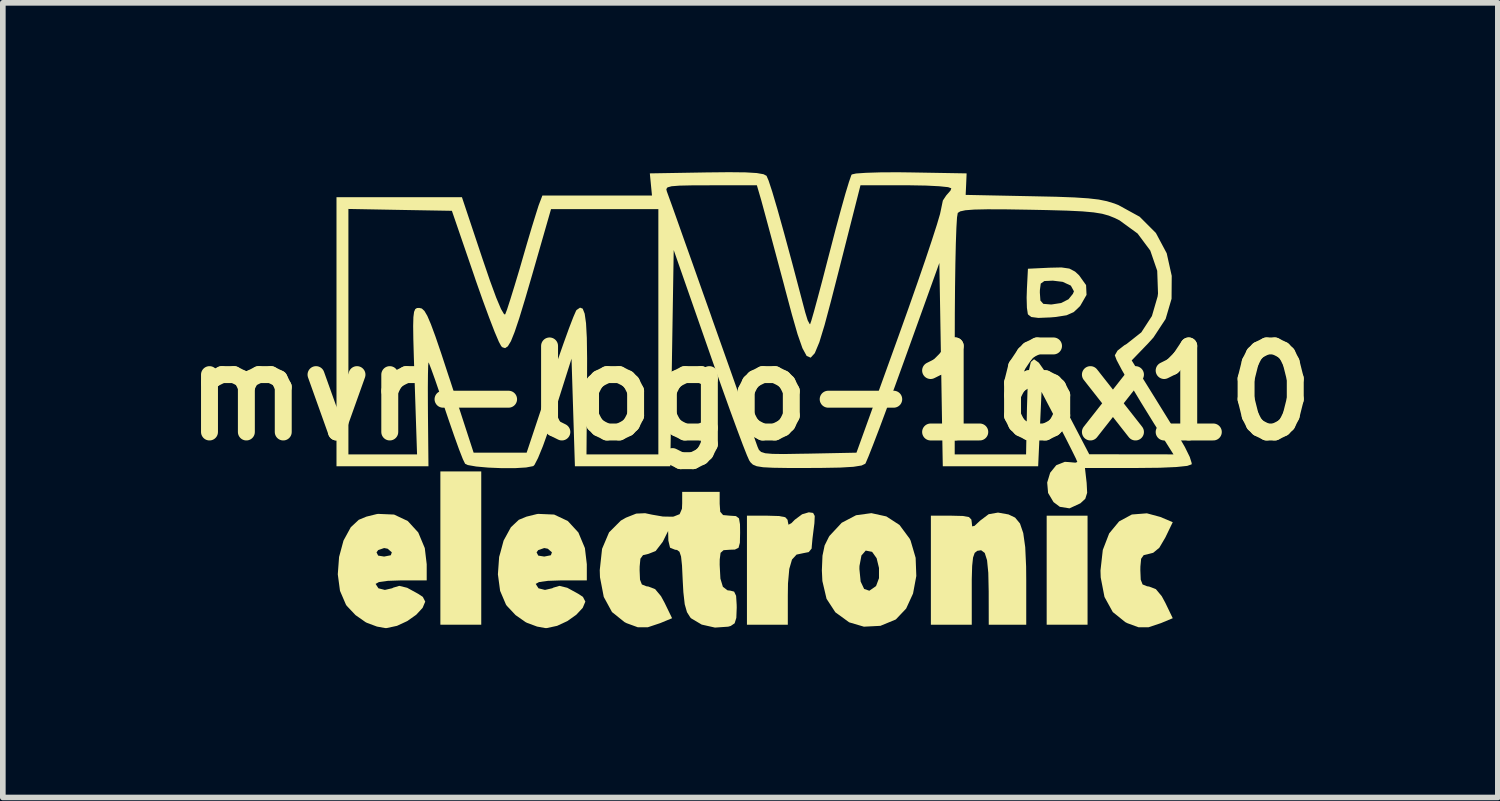
<source format=kicad_pcb>
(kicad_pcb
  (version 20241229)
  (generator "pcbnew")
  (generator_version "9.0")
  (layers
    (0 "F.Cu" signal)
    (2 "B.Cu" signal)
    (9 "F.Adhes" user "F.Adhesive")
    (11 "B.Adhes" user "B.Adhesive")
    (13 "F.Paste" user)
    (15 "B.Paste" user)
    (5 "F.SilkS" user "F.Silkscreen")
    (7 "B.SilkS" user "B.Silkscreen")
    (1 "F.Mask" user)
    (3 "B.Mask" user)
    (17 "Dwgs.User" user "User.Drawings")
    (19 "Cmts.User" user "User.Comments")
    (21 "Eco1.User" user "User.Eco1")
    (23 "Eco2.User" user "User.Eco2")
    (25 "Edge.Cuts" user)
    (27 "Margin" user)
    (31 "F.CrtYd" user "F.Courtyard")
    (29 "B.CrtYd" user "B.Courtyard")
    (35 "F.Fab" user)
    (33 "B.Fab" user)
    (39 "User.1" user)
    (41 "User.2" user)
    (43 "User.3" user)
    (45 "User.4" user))
  (footprint "mvr-logo-16x10"
    (layer "F.Cu")
    (at 10.24 3.912)
    (property "Reference" "mvr-logo-16x10" (at 0 0 0) (layer "F.SilkS") (effects (font (size 1.524 1.524) (thickness 0.3))))
    (attr board_only exclude_from_pos_files exclude_from_bom)
    (fp_poly (pts (xy -4.766 4.103) (xy -5.49 4.103) (xy -5.49 1.388) (xy -4.766 1.388)) (stroke (width 0) (type solid)) (fill yes) (layer "F.SilkS"))
    (fp_poly (pts (xy 5.973 4.103) (xy 5.249 4.103) (xy 5.249 2.172) (xy 5.973 2.172)) (stroke (width 0) (type solid)) (fill yes) (layer "F.SilkS"))
    (fp_poly (pts (xy 1.112 2.123) (xy 1.141 2.177) (xy 1.135 2.306) (xy 1.124 2.392) (xy 1.101 2.577) (xy 1.088 2.719) (xy 1.086 2.754) (xy 1.034 2.817) (xy 0.937 2.836) (xy 0.819 2.861) (xy 0.738 2.949) (xy 0.69 3.114) (xy 0.667 3.373) (xy 0.664 3.586) (xy 0.664 4.103) (xy -0.06 4.103) (xy -0.06 2.172) (xy 0.302 2.172) (xy 0.507 2.178) (xy 0.618 2.199) (xy 0.66 2.245) (xy 0.664 2.274) (xy 0.676 2.332) (xy 0.728 2.304) (xy 0.787 2.244) (xy 0.917 2.147) (xy 1.036 2.112)) (stroke (width 0) (type solid)) (fill yes) (layer "F.SilkS"))
    (fp_poly (pts (xy 7.261 2.194) (xy 7.482 2.287) (xy 7.351 2.558) (xy 7.244 2.74) (xy 7.136 2.829) (xy 7.063 2.848) (xy 6.967 2.871) (xy 6.922 2.935) (xy 6.909 3.073) (xy 6.908 3.137) (xy 6.915 3.306) (xy 6.948 3.39) (xy 7.027 3.422) (xy 7.063 3.427) (xy 7.183 3.473) (xy 7.287 3.598) (xy 7.351 3.716) (xy 7.482 3.988) (xy 7.273 4.075) (xy 7.054 4.148) (xy 6.875 4.148) (xy 6.678 4.076) (xy 6.641 4.057) (xy 6.42 3.879) (xy 6.273 3.612) (xy 6.206 3.266) (xy 6.202 3.144) (xy 6.243 2.779) (xy 6.356 2.486) (xy 6.532 2.273) (xy 6.758 2.151) (xy 7.024 2.13)) (stroke (width 0) (type solid)) (fill yes) (layer "F.SilkS"))
    (fp_poly (pts (xy 4.573 2.15) (xy 4.69 2.206) (xy 4.776 2.31) (xy 4.834 2.48) (xy 4.869 2.729) (xy 4.885 3.075) (xy 4.887 3.315) (xy 4.887 4.103) (xy 4.223 4.103) (xy 4.222 3.514) (xy 4.215 3.184) (xy 4.193 2.961) (xy 4.152 2.832) (xy 4.088 2.784) (xy 4.018 2.795) (xy 3.974 2.831) (xy 3.945 2.913) (xy 3.929 3.062) (xy 3.922 3.299) (xy 3.922 3.467) (xy 3.922 4.103) (xy 3.198 4.103) (xy 3.198 2.172) (xy 3.56 2.172) (xy 3.762 2.177) (xy 3.872 2.196) (xy 3.915 2.24) (xy 3.922 2.29) (xy 3.929 2.361) (xy 3.97 2.353) (xy 4.067 2.263) (xy 4.07 2.26) (xy 4.221 2.146) (xy 4.387 2.117)) (stroke (width 0) (type solid)) (fill yes) (layer "F.SilkS"))
    (fp_poly (pts (xy 5.65 -2.205) (xy 5.751 -2.152) (xy 5.822 -2.087) (xy 5.947 -1.912) (xy 5.955 -1.739) (xy 5.847 -1.551) (xy 5.831 -1.531) (xy 5.728 -1.434) (xy 5.602 -1.378) (xy 5.413 -1.348) (xy 5.319 -1.34) (xy 5.102 -1.331) (xy 4.977 -1.347) (xy 4.92 -1.391) (xy 4.915 -1.402) (xy 4.899 -1.509) (xy 4.894 -1.69) (xy 4.897 -1.78) (xy 5.128 -1.78) (xy 5.138 -1.638) (xy 5.19 -1.58) (xy 5.322 -1.569) (xy 5.335 -1.569) (xy 5.505 -1.595) (xy 5.633 -1.66) (xy 5.637 -1.663) (xy 5.713 -1.757) (xy 5.732 -1.802) (xy 5.677 -1.903) (xy 5.532 -1.97) (xy 5.358 -1.991) (xy 5.208 -1.984) (xy 5.144 -1.939) (xy 5.129 -1.826) (xy 5.128 -1.78) (xy 4.897 -1.78) (xy 4.899 -1.847) (xy 4.917 -2.202) (xy 5.294 -2.22) (xy 5.511 -2.225)) (stroke (width 0) (type solid)) (fill yes) (layer "F.SilkS"))
    (fp_poly (pts (xy 2.409 2.185) (xy 2.642 2.336) (xy 2.822 2.579) (xy 2.839 2.614) (xy 2.928 2.918) (xy 2.94 3.24) (xy 2.882 3.551) (xy 2.76 3.817) (xy 2.58 4.007) (xy 2.571 4.013) (xy 2.304 4.123) (xy 2.012 4.138) (xy 1.751 4.061) (xy 1.506 3.883) (xy 1.35 3.644) (xy 1.276 3.329) (xy 1.267 3.137) (xy 1.268 3.117) (xy 1.932 3.117) (xy 1.954 3.339) (xy 2.016 3.47) (xy 2.108 3.501) (xy 2.221 3.423) (xy 2.229 3.413) (xy 2.279 3.279) (xy 2.279 3.098) (xy 2.237 2.925) (xy 2.158 2.814) (xy 2.155 2.812) (xy 2.044 2.79) (xy 1.968 2.877) (xy 1.933 3.064) (xy 1.932 3.117) (xy 1.268 3.117) (xy 1.278 2.881) (xy 1.316 2.699) (xy 1.392 2.546) (xy 1.404 2.528) (xy 1.619 2.297) (xy 1.873 2.164) (xy 2.144 2.127)) (stroke (width 0) (type solid)) (fill yes) (layer "F.SilkS"))
    (fp_poly (pts (xy -6.31 2.152) (xy -6.068 2.266) (xy -5.882 2.469) (xy -5.766 2.746) (xy -5.732 3.032) (xy -5.732 3.318) (xy -6.184 3.318) (xy -6.421 3.326) (xy -6.579 3.348) (xy -6.637 3.38) (xy -6.637 3.381) (xy -6.587 3.458) (xy -6.473 3.487) (xy -6.343 3.457) (xy -6.326 3.447) (xy -6.218 3.415) (xy -6.078 3.449) (xy -5.883 3.556) (xy -5.801 3.61) (xy -5.758 3.694) (xy -5.805 3.805) (xy -5.918 3.927) (xy -6.077 4.039) (xy -6.258 4.123) (xy -6.439 4.162) (xy -6.465 4.163) (xy -6.613 4.136) (xy -6.791 4.07) (xy -6.816 4.057) (xy -6.993 3.933) (xy -7.149 3.768) (xy -7.163 3.747) (xy -7.268 3.503) (xy -7.307 3.21) (xy -7.284 2.902) (xy -7.262 2.821) (xy -6.621 2.821) (xy -6.592 2.879) (xy -6.486 2.896) (xy -6.368 2.873) (xy -6.35 2.821) (xy -6.424 2.757) (xy -6.486 2.745) (xy -6.591 2.781) (xy -6.621 2.821) (xy -7.262 2.821) (xy -7.206 2.613) (xy -7.077 2.377) (xy -6.936 2.245) (xy -6.801 2.189) (xy -6.619 2.144) (xy -6.594 2.14)) (stroke (width 0) (type solid)) (fill yes) (layer "F.SilkS"))
    (fp_poly (pts (xy -3.475 2.152) (xy -3.233 2.266) (xy -3.046 2.469) (xy -2.93 2.746) (xy -2.896 3.032) (xy -2.896 3.318) (xy -3.348 3.318) (xy -3.585 3.326) (xy -3.743 3.348) (xy -3.801 3.38) (xy -3.801 3.381) (xy -3.752 3.458) (xy -3.637 3.487) (xy -3.507 3.457) (xy -3.49 3.447) (xy -3.382 3.415) (xy -3.242 3.449) (xy -3.047 3.556) (xy -2.965 3.61) (xy -2.922 3.694) (xy -2.969 3.805) (xy -3.083 3.927) (xy -3.241 4.039) (xy -3.422 4.123) (xy -3.603 4.162) (xy -3.629 4.163) (xy -3.777 4.136) (xy -3.955 4.07) (xy -3.981 4.057) (xy -4.158 3.933) (xy -4.313 3.768) (xy -4.328 3.747) (xy -4.432 3.503) (xy -4.471 3.21) (xy -4.449 2.902) (xy -4.426 2.821) (xy -3.786 2.821) (xy -3.756 2.879) (xy -3.65 2.896) (xy -3.533 2.873) (xy -3.514 2.821) (xy -3.588 2.757) (xy -3.65 2.745) (xy -3.756 2.781) (xy -3.786 2.821) (xy -4.426 2.821) (xy -4.37 2.613) (xy -4.241 2.377) (xy -4.101 2.245) (xy -3.965 2.189) (xy -3.783 2.144) (xy -3.758 2.14)) (stroke (width 0) (type solid)) (fill yes) (layer "F.SilkS"))
    (fp_poly (pts (xy -0.543 1.961) (xy -0.533 2.103) (xy -0.482 2.161) (xy -0.362 2.172) (xy -0.255 2.179) (xy -0.201 2.219) (xy -0.183 2.325) (xy -0.181 2.474) (xy -0.185 2.652) (xy -0.209 2.741) (xy -0.273 2.772) (xy -0.362 2.775) (xy -0.474 2.783) (xy -0.527 2.83) (xy -0.542 2.947) (xy -0.543 3.042) (xy -0.53 3.287) (xy -0.486 3.432) (xy -0.404 3.494) (xy -0.356 3.499) (xy -0.287 3.517) (xy -0.252 3.591) (xy -0.242 3.749) (xy -0.241 3.8) (xy -0.248 3.982) (xy -0.278 4.078) (xy -0.347 4.125) (xy -0.393 4.138) (xy -0.626 4.154) (xy -0.861 4.101) (xy -1.044 3.993) (xy -1.063 3.975) (xy -1.122 3.881) (xy -1.162 3.741) (xy -1.186 3.528) (xy -1.198 3.312) (xy -1.21 3.055) (xy -1.227 2.895) (xy -1.255 2.811) (xy -1.298 2.779) (xy -1.333 2.775) (xy -1.422 2.739) (xy -1.452 2.613) (xy -1.452 2.609) (xy -1.456 2.443) (xy -1.552 2.636) (xy -1.677 2.798) (xy -1.804 2.848) (xy -1.901 2.871) (xy -1.947 2.934) (xy -1.96 3.071) (xy -1.961 3.137) (xy -1.954 3.306) (xy -1.921 3.39) (xy -1.842 3.422) (xy -1.805 3.427) (xy -1.686 3.473) (xy -1.582 3.598) (xy -1.518 3.716) (xy -1.386 3.988) (xy -1.596 4.075) (xy -1.815 4.148) (xy -1.994 4.148) (xy -2.191 4.076) (xy -2.228 4.057) (xy -2.45 3.879) (xy -2.596 3.611) (xy -2.663 3.262) (xy -2.667 3.137) (xy -2.626 2.759) (xy -2.502 2.467) (xy -2.294 2.259) (xy -2.203 2.207) (xy -2.021 2.135) (xy -1.863 2.128) (xy -1.74 2.154) (xy -1.548 2.187) (xy -1.378 2.19) (xy -1.357 2.187) (xy -1.252 2.145) (xy -1.211 2.049) (xy -1.207 1.954) (xy -1.207 1.75) (xy -0.543 1.75)) (stroke (width 0) (type solid)) (fill yes) (layer "F.SilkS"))
    (fp_poly (pts (xy -0.086 -3.909) (xy 0.114 -3.897) (xy 0.234 -3.876) (xy 0.287 -3.848) (xy 0.324 -3.762) (xy 0.388 -3.567) (xy 0.479 -3.259) (xy 0.597 -2.837) (xy 0.742 -2.302) (xy 0.914 -1.65) (xy 0.973 -1.427) (xy 1.016 -1.288) (xy 1.052 -1.221) (xy 1.059 -1.22) (xy 1.081 -1.284) (xy 1.128 -1.447) (xy 1.195 -1.693) (xy 1.278 -2.005) (xy 1.371 -2.365) (xy 1.415 -2.533) (xy 1.513 -2.911) (xy 1.605 -3.25) (xy 1.684 -3.532) (xy 1.747 -3.739) (xy 1.787 -3.855) (xy 1.797 -3.872) (xy 1.872 -3.889) (xy 2.047 -3.901) (xy 2.299 -3.909) (xy 2.608 -3.911) (xy 2.84 -3.908) (xy 3.831 -3.891) (xy 3.823 -3.701) (xy 3.814 -3.51) (xy 4.999 -3.486) (xy 5.421 -3.477) (xy 5.742 -3.465) (xy 5.984 -3.449) (xy 6.169 -3.428) (xy 6.316 -3.398) (xy 6.447 -3.358) (xy 6.519 -3.33) (xy 6.896 -3.123) (xy 7.183 -2.836) (xy 7.375 -2.476) (xy 7.464 -2.076) (xy 7.461 -1.67) (xy 7.356 -1.313) (xy 7.14 -0.984) (xy 7.047 -0.881) (xy 6.755 -0.578) (xy 7.028 -0.138) (xy 7.201 0.141) (xy 7.396 0.456) (xy 7.572 0.741) (xy 7.578 0.75) (xy 7.698 0.958) (xy 7.783 1.131) (xy 7.818 1.242) (xy 7.816 1.263) (xy 7.738 1.29) (xy 7.546 1.31) (xy 7.249 1.323) (xy 6.853 1.327) (xy 5.927 1.327) (xy 5.957 1.591) (xy 5.966 1.767) (xy 5.933 1.872) (xy 5.846 1.953) (xy 5.653 2.042) (xy 5.482 2.015) (xy 5.37 1.931) (xy 5.274 1.769) (xy 5.258 1.585) (xy 5.311 1.411) (xy 5.419 1.278) (xy 5.571 1.218) (xy 5.647 1.223) (xy 5.757 1.233) (xy 5.792 1.221) (xy 5.766 1.159) (xy 5.694 1.013) (xy 5.589 0.805) (xy 5.475 0.585) (xy 5.158 -0.021) (xy 5.098 1.297) (xy 3.409 1.297) (xy 3.405 1.086) (xy 3.62 1.086) (xy 4.884 1.086) (xy 4.9 0.257) (xy 4.912 -0.122) (xy 4.932 -0.391) (xy 4.968 -0.55) (xy 5.025 -0.599) (xy 5.11 -0.538) (xy 5.23 -0.367) (xy 5.389 -0.087) (xy 5.561 0.237) (xy 6.003 1.084) (xy 6.749 1.085) (xy 7.495 1.086) (xy 7.409 0.95) (xy 7.146 0.533) (xy 6.916 0.16) (xy 6.725 -0.158) (xy 6.58 -0.41) (xy 6.488 -0.584) (xy 6.456 -0.669) (xy 6.456 -0.669) (xy 6.504 -0.752) (xy 6.625 -0.847) (xy 6.664 -0.869) (xy 6.925 -1.075) (xy 7.113 -1.364) (xy 7.214 -1.711) (xy 7.221 -1.765) (xy 7.207 -2.166) (xy 7.084 -2.524) (xy 6.859 -2.826) (xy 6.539 -3.059) (xy 6.456 -3.1) (xy 6.349 -3.143) (xy 6.231 -3.176) (xy 6.082 -3.2) (xy 5.883 -3.218) (xy 5.615 -3.231) (xy 5.258 -3.241) (xy 4.955 -3.247) (xy 4.523 -3.254) (xy 4.198 -3.255) (xy 3.964 -3.25) (xy 3.809 -3.238) (xy 3.717 -3.218) (xy 3.675 -3.191) (xy 3.674 -3.189) (xy 3.661 -3.111) (xy 3.65 -2.927) (xy 3.64 -2.651) (xy 3.632 -2.298) (xy 3.626 -1.882) (xy 3.622 -1.417) (xy 3.621 -1.011) (xy 3.62 1.086) (xy 3.405 1.086) (xy 3.379 -0.504) (xy 3.348 -2.304) (xy 2.722 -0.564) (xy 2.564 -0.128) (xy 2.417 0.273) (xy 2.286 0.625) (xy 2.176 0.912) (xy 2.094 1.12) (xy 2.045 1.235) (xy 2.036 1.252) (xy 1.971 1.283) (xy 1.826 1.306) (xy 1.589 1.32) (xy 1.249 1.326) (xy 1.02 1.327) (xy 0.66 1.327) (xy 0.402 1.323) (xy 0.226 1.314) (xy 0.114 1.296) (xy 0.046 1.268) (xy 0.004 1.228) (xy -0.02 1.192) (xy -0.06 1.102) (xy -0.134 0.914) (xy -0.236 0.642) (xy -0.361 0.301) (xy -0.503 -0.095) (xy -0.657 -0.529) (xy -0.73 -0.738) (xy -1.357 -2.533) (xy -1.388 -0.618) (xy -1.418 1.297) (xy -3.107 1.297) (xy -3.137 0.344) (xy -3.167 -0.609) (xy -3.463 0.326) (xy -3.573 0.659) (xy -3.674 0.94) (xy -3.76 1.15) (xy -3.823 1.272) (xy -3.845 1.294) (xy -3.971 1.318) (xy -4.169 1.33) (xy -4.405 1.33) (xy -4.645 1.32) (xy -4.856 1.301) (xy -5.004 1.275) (xy -5.052 1.252) (xy -5.092 1.17) (xy -5.16 0.996) (xy -5.248 0.751) (xy -5.349 0.459) (xy -5.397 0.317) (xy -5.497 0.017) (xy -5.584 -0.237) (xy -5.652 -0.425) (xy -5.692 -0.529) (xy -5.7 -0.543) (xy -5.706 -0.486) (xy -5.71 -0.329) (xy -5.712 -0.093) (xy -5.711 0.202) (xy -5.71 0.377) (xy -5.701 1.297) (xy -7.33 1.297) (xy -7.33 -3.261) (xy -7.119 -3.261) (xy -7.119 1.086) (xy -5.903 1.086) (xy -5.946 -0.211) (xy -5.96 -0.638) (xy -5.969 -0.959) (xy -5.972 -1.189) (xy -5.968 -1.344) (xy -5.956 -1.438) (xy -5.935 -1.487) (xy -5.905 -1.506) (xy -5.863 -1.508) (xy -5.863 -1.508) (xy -5.818 -1.497) (xy -5.772 -1.454) (xy -5.721 -1.367) (xy -5.658 -1.22) (xy -5.577 -1.001) (xy -5.473 -0.696) (xy -5.34 -0.291) (xy -5.318 -0.226) (xy -4.901 1.056) (xy -3.962 1.056) (xy -3.551 -0.177) (xy -3.426 -0.544) (xy -3.311 -0.873) (xy -3.212 -1.147) (xy -3.135 -1.347) (xy -3.087 -1.457) (xy -3.078 -1.471) (xy -3.016 -1.513) (xy -2.969 -1.495) (xy -2.934 -1.406) (xy -2.91 -1.237) (xy -2.896 -0.977) (xy -2.891 -0.617) (xy -2.892 -0.156) (xy -2.902 1.086) (xy -1.629 1.086) (xy -1.629 -3.258) (xy -3.53 -3.258) (xy -3.861 -2.105) (xy -3.99 -1.663) (xy -4.093 -1.325) (xy -4.175 -1.081) (xy -4.24 -0.919) (xy -4.295 -0.828) (xy -4.343 -0.796) (xy -4.39 -0.81) (xy -4.412 -0.83) (xy -4.454 -0.908) (xy -4.528 -1.082) (xy -4.625 -1.333) (xy -4.739 -1.643) (xy -4.863 -1.994) (xy -4.887 -2.066) (xy -5.286 -3.228) (xy -6.203 -3.244) (xy -7.119 -3.261) (xy -7.33 -3.261) (xy -7.33 -3.469) (xy -5.108 -3.469) (xy -4.748 -2.39) (xy -4.612 -1.992) (xy -4.501 -1.69) (xy -4.416 -1.489) (xy -4.361 -1.396) (xy -4.342 -1.394) (xy -4.309 -1.48) (xy -4.251 -1.659) (xy -4.174 -1.908) (xy -4.085 -2.204) (xy -4.047 -2.336) (xy -3.955 -2.653) (xy -3.87 -2.939) (xy -3.799 -3.168) (xy -3.752 -3.317) (xy -3.741 -3.347) (xy -3.683 -3.499) (xy -1.742 -3.499) (xy -1.753 -3.613) (xy -1.488 -3.613) (xy -1.48 -3.575) (xy -1.451 -3.495) (xy -1.386 -3.316) (xy -1.291 -3.049) (xy -1.17 -2.707) (xy -1.027 -2.306) (xy -0.868 -1.856) (xy -0.696 -1.372) (xy -0.681 -1.327) (xy -0.508 -0.839) (xy -0.346 -0.383) (xy -0.201 0.028) (xy -0.076 0.38) (xy 0.024 0.66) (xy 0.093 0.854) (xy 0.127 0.949) (xy 0.128 0.952) (xy 0.152 1.006) (xy 0.191 1.043) (xy 0.264 1.066) (xy 0.39 1.077) (xy 0.59 1.08) (xy 0.883 1.075) (xy 1.03 1.073) (xy 1.88 1.056) (xy 2.629 -1.02) (xy 2.801 -1.501) (xy 2.959 -1.951) (xy 3.099 -2.357) (xy 3.215 -2.705) (xy 3.304 -2.981) (xy 3.36 -3.171) (xy 3.379 -3.26) (xy 3.41 -3.41) (xy 3.469 -3.499) (xy 3.545 -3.586) (xy 3.56 -3.627) (xy 3.503 -3.647) (xy 3.348 -3.663) (xy 3.116 -3.675) (xy 2.83 -3.68) (xy 2.755 -3.68) (xy 1.951 -3.68) (xy 1.564 -2.157) (xy 1.427 -1.623) (xy 1.315 -1.204) (xy 1.222 -0.899) (xy 1.142 -0.707) (xy 1.069 -0.627) (xy 0.998 -0.657) (xy 0.923 -0.795) (xy 0.837 -1.041) (xy 0.736 -1.393) (xy 0.614 -1.85) (xy 0.593 -1.931) (xy 0.488 -2.323) (xy 0.39 -2.688) (xy 0.304 -3.007) (xy 0.236 -3.258) (xy 0.192 -3.42) (xy 0.182 -3.454) (xy 0.116 -3.68) (xy -0.703 -3.68) (xy -1.031 -3.679) (xy -1.256 -3.674) (xy -1.395 -3.663) (xy -1.467 -3.643) (xy -1.488 -3.613) (xy -1.753 -3.613) (xy -1.761 -3.695) (xy -1.78 -3.891) (xy -0.778 -3.908) (xy -0.378 -3.912)) (stroke (width 0) (type solid)) (fill yes) (layer "F.SilkS")))
  (gr_rect
    (start -3 -3)
    (end 23.48 11.075)
    (stroke (width 0.1) (type default))
    (fill no)
    (layer "Edge.Cuts")))
</source>
